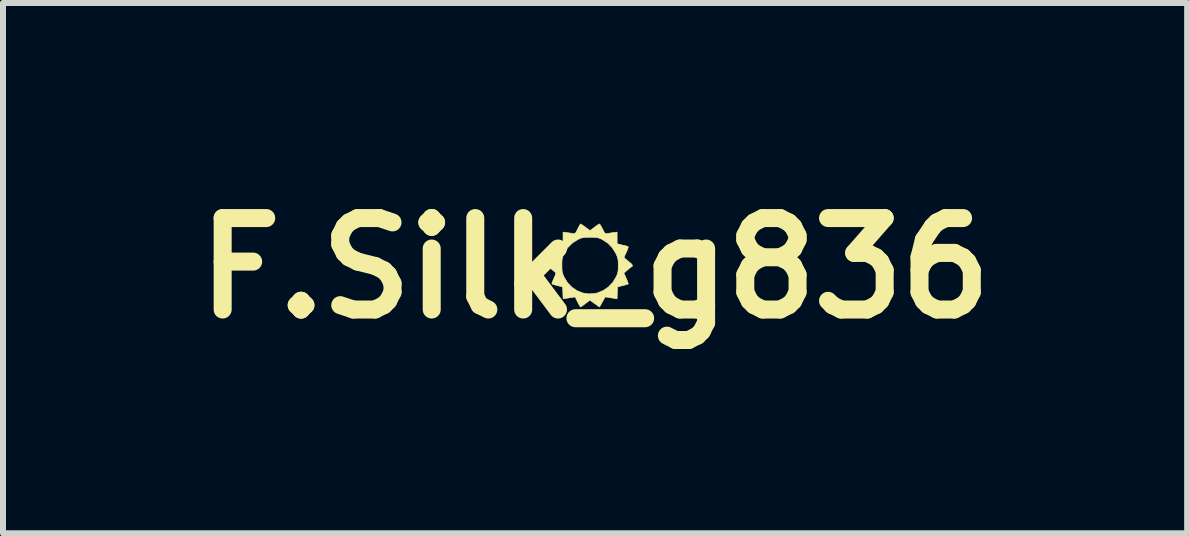
<source format=kicad_pcb>
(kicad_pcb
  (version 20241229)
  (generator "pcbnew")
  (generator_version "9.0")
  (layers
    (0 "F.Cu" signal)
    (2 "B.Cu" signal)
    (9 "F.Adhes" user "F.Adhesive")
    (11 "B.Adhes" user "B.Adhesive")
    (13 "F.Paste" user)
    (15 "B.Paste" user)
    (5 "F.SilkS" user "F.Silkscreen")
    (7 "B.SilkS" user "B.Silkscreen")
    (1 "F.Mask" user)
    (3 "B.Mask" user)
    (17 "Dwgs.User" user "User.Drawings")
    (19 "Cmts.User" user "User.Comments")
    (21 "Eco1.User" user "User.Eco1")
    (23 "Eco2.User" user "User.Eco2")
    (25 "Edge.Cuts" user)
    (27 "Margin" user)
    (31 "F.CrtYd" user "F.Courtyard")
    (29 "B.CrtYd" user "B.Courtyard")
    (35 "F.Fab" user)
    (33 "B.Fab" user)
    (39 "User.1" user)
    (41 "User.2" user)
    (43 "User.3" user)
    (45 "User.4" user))
  (footprint "F.Silk_g836"
    (layer "F.Cu")
    (at 6.865 1.418)
    (property "Reference" "F.Silk_g836" (at 0 0 0) (layer "F.SilkS") (effects (font (size 1.524 1.524) (thickness 0.3))))
    (attr through_hole)
    (fp_poly (pts (xy -0.228 -0.73) (xy -0.2 -0.711) (xy -0.163 -0.685) (xy -0.158 -0.681) (xy -0.083 -0.626) (xy -0.01 -0.681) (xy 0.026 -0.709) (xy 0.056 -0.728) (xy 0.072 -0.737) (xy 0.073 -0.737) (xy 0.083 -0.726) (xy 0.101 -0.698) (xy 0.122 -0.659) (xy 0.125 -0.653) (xy 0.147 -0.61) (xy 0.162 -0.585) (xy 0.176 -0.575) (xy 0.193 -0.574) (xy 0.207 -0.577) (xy 0.246 -0.584) (xy 0.293 -0.591) (xy 0.308 -0.593) (xy 0.368 -0.6) (xy 0.368 -0.407) (xy 0.417 -0.394) (xy 0.461 -0.383) (xy 0.503 -0.374) (xy 0.506 -0.373) (xy 0.536 -0.365) (xy 0.552 -0.356) (xy 0.553 -0.355) (xy 0.551 -0.34) (xy 0.54 -0.308) (xy 0.523 -0.267) (xy 0.52 -0.262) (xy 0.482 -0.177) (xy 0.529 -0.136) (xy 0.562 -0.108) (xy 0.59 -0.085) (xy 0.599 -0.079) (xy 0.616 -0.06) (xy 0.623 -0.039) (xy 0.617 -0.026) (xy 0.613 -0.025) (xy 0.599 -0.017) (xy 0.572 0.004) (xy 0.542 0.029) (xy 0.481 0.083) (xy 0.52 0.17) (xy 0.538 0.213) (xy 0.55 0.246) (xy 0.554 0.262) (xy 0.554 0.263) (xy 0.539 0.269) (xy 0.507 0.279) (xy 0.464 0.29) (xy 0.461 0.291) (xy 0.375 0.313) (xy 0.371 0.412) (xy 0.367 0.511) (xy 0.32 0.503) (xy 0.274 0.496) (xy 0.226 0.488) (xy 0.221 0.487) (xy 0.169 0.48) (xy 0.122 0.564) (xy 0.075 0.648) (xy -0.085 0.534) (xy -0.16 0.59) (xy -0.197 0.618) (xy -0.226 0.638) (xy -0.241 0.647) (xy -0.242 0.647) (xy -0.25 0.637) (xy -0.266 0.609) (xy -0.287 0.57) (xy -0.29 0.564) (xy -0.331 0.48) (xy -0.382 0.487) (xy -0.43 0.495) (xy -0.48 0.503) (xy -0.482 0.503) (xy -0.532 0.511) (xy -0.536 0.412) (xy -0.54 0.313) (xy -0.626 0.291) (xy -0.67 0.279) (xy -0.703 0.269) (xy -0.719 0.263) (xy -0.719 0.263) (xy -0.717 0.249) (xy -0.707 0.219) (xy -0.689 0.178) (xy -0.686 0.17) (xy -0.666 0.125) (xy -0.656 0.098) (xy -0.655 0.081) (xy -0.663 0.07) (xy -0.67 0.064) (xy -0.693 0.044) (xy -0.726 0.017) (xy -0.747 -0.002) (xy -0.801 -0.048) (xy -0.798 -0.051) (xy -0.552 -0.051) (xy -0.551 0.01) (xy -0.548 0.054) (xy -0.539 0.091) (xy -0.525 0.128) (xy -0.517 0.146) (xy -0.46 0.24) (xy -0.388 0.316) (xy -0.302 0.375) (xy -0.207 0.413) (xy -0.106 0.429) (xy -0.002 0.422) (xy 0.035 0.414) (xy 0.135 0.374) (xy 0.223 0.314) (xy 0.298 0.235) (xy 0.353 0.142) (xy 0.371 0.101) (xy 0.381 0.063) (xy 0.386 0.018) (xy 0.387 -0.043) (xy 0.387 -0.044) (xy 0.386 -0.103) (xy 0.382 -0.147) (xy 0.372 -0.184) (xy 0.356 -0.225) (xy 0.347 -0.244) (xy 0.288 -0.339) (xy 0.212 -0.418) (xy 0.119 -0.478) (xy 0.117 -0.479) (xy 0.08 -0.496) (xy 0.047 -0.506) (xy 0.01 -0.512) (xy -0.039 -0.514) (xy -0.083 -0.514) (xy -0.144 -0.514) (xy -0.188 -0.51) (xy -0.222 -0.503) (xy -0.256 -0.491) (xy -0.286 -0.477) (xy -0.376 -0.42) (xy -0.453 -0.344) (xy -0.511 -0.255) (xy -0.515 -0.247) (xy -0.533 -0.207) (xy -0.544 -0.172) (xy -0.55 -0.133) (xy -0.552 -0.081) (xy -0.552 -0.051) (xy -0.798 -0.051) (xy -0.769 -0.073) (xy -0.739 -0.098) (xy -0.703 -0.128) (xy -0.693 -0.137) (xy -0.648 -0.177) (xy -0.686 -0.261) (xy -0.704 -0.303) (xy -0.715 -0.337) (xy -0.718 -0.354) (xy -0.718 -0.355) (xy -0.702 -0.364) (xy -0.673 -0.373) (xy -0.671 -0.373) (xy -0.63 -0.382) (xy -0.585 -0.394) (xy -0.582 -0.394) (xy -0.533 -0.407) (xy -0.533 -0.6) (xy -0.473 -0.593) (xy -0.427 -0.586) (xy -0.383 -0.579) (xy -0.372 -0.577) (xy -0.351 -0.574) (xy -0.335 -0.578) (xy -0.321 -0.593) (xy -0.304 -0.624) (xy -0.29 -0.653) (xy -0.269 -0.693) (xy -0.252 -0.723) (xy -0.242 -0.736) (xy -0.241 -0.737) (xy -0.228 -0.73)) (stroke (width 0.01) (type solid)) (fill yes) (layer "F.SilkS")))
  (gr_rect
    (start -3 -3)
    (end 16.731 5.836)
    (stroke (width 0.1) (type default))
    (fill no)
    (layer "Edge.Cuts")))
</source>
